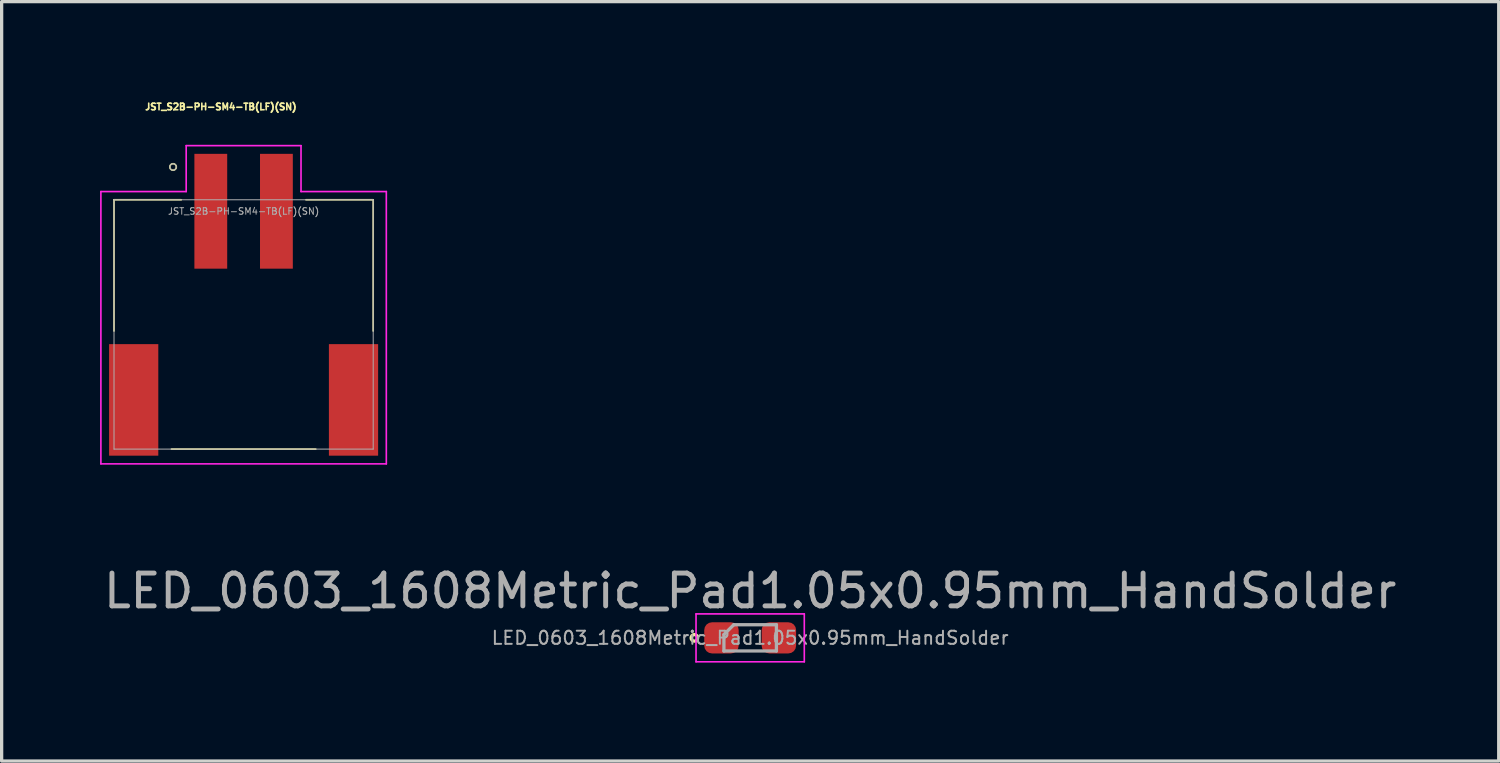
<source format=kicad_pcb>
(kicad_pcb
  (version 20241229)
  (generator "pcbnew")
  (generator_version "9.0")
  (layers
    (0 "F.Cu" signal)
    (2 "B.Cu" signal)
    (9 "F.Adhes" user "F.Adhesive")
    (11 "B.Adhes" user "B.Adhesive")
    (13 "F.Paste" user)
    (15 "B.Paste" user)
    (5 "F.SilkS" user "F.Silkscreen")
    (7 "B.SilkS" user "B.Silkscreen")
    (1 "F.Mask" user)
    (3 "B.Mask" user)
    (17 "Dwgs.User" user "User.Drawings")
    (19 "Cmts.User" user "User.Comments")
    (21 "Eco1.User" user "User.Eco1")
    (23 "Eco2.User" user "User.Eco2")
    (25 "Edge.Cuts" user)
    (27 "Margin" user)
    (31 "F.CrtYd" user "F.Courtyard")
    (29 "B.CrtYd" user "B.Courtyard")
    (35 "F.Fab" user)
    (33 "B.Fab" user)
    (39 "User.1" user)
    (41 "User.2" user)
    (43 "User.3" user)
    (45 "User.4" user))
  (footprint "JST_S2B-PH-SM4-TB(LF)(SN)"
    (layer "F.Cu")
    (at 4.375 3.389)
    (property "Reference" "JST_S2B-PH-SM4-TB(LF)(SN)" (at -0.692 -3.184 0) (layer "F.SilkS") (effects (font (size 0.2 0.2) (thickness 0.05))))
    (attr through_hole)
    (fp_line (start -3.95 -0.35) (end -3.95 3.65) (stroke (width 0.05) (type solid)) (layer "F.SilkS"))
    (fp_line (start -2.2 7.25) (end 2.2 7.25) (stroke (width 0.05) (type solid)) (layer "F.SilkS"))
    (fp_line (start -1.9 -0.35) (end -3.95 -0.35) (stroke (width 0.05) (type solid)) (layer "F.SilkS"))
    (fp_line (start 3.95 -0.35) (end 1.9 -0.35) (stroke (width 0.05) (type solid)) (layer "F.SilkS"))
    (fp_line (start 3.95 3.65) (end 3.95 -0.35) (stroke (width 0.05) (type solid)) (layer "F.SilkS"))
    (fp_circle (center -2.15 -1.35) (end -2.05 -1.35) (stroke (width 0.05) (type solid)) (fill no) (layer "F.SilkS"))
    (fp_line (start -4.35 -0.6) (end -1.75 -0.6) (stroke (width 0.05) (type solid)) (layer "F.CrtYd"))
    (fp_line (start -4.35 7.7) (end -4.35 -0.6) (stroke (width 0.05) (type solid)) (layer "F.CrtYd"))
    (fp_line (start -1.75 -2) (end 1.75 -2) (stroke (width 0.05) (type solid)) (layer "F.CrtYd"))
    (fp_line (start -1.75 -0.6) (end -1.75 -2) (stroke (width 0.05) (type solid)) (layer "F.CrtYd"))
    (fp_line (start 1.75 -2) (end 1.75 -0.6) (stroke (width 0.05) (type solid)) (layer "F.CrtYd"))
    (fp_line (start 1.75 -0.6) (end 4.35 -0.6) (stroke (width 0.05) (type solid)) (layer "F.CrtYd"))
    (fp_line (start 4.35 -0.6) (end 4.35 7.7) (stroke (width 0.05) (type solid)) (layer "F.CrtYd"))
    (fp_line (start 4.35 7.7) (end -4.35 7.7) (stroke (width 0.05) (type solid)) (layer "F.CrtYd"))
    (fp_line (start -3.95 -0.35) (end 3.95 -0.35) (stroke (width 0.03) (type solid)) (layer "F.Fab"))
    (fp_line (start -3.95 7.25) (end -3.95 -0.35) (stroke (width 0.03) (type solid)) (layer "F.Fab"))
    (fp_line (start 3.95 -0.35) (end 3.95 7.25) (stroke (width 0.03) (type solid)) (layer "F.Fab"))
    (fp_line (start 3.95 7.25) (end -3.95 7.25) (stroke (width 0.03) (type solid)) (layer "F.Fab"))
    (fp_circle (center -2.15 -1.35) (end -2.05 -1.35) (stroke (width 0.03) (type solid)) (fill no) (layer "F.Fab"))
    (fp_text user "${REFERENCE}" (at 0 0 0) (layer "F.Fab") (effects (font (size 0.2 0.2) (thickness 0.03))))
    (pad "1" smd rect (at -1 0 180) (size 1 3.5) (layers "F.Cu" "F.Mask" "F.Paste"))
    (pad "2" smd rect (at 1 0 180) (size 1 3.5) (layers "F.Cu" "F.Mask" "F.Paste"))
    (pad "S1" smd rect (at -3.35 5.75 180) (size 1.5 3.4) (layers "F.Cu" "F.Mask" "F.Paste"))
    (pad "S2" smd rect (at 3.35 5.75 180) (size 1.5 3.4) (layers "F.Cu" "F.Mask" "F.Paste")))
  (footprint "LED_0603_1608Metric_Pad1.05x0.95mm_HandSolder"
    (layer "F.Cu")
    (at 19.815 16.392)
    (property "Reference" "LED_0603_1608Metric_Pad1.05x0.95mm_HandSolder" (at 0 -1.43 0) (layer "F.Fab") (effects (font (size 1 1) (thickness 0.15))))
    (attr smd)
    (fp_circle (center -1.7 0) (end -1.7 0.1) (stroke (width 0.1) (type default)) (fill no) (layer "F.SilkS"))
    (fp_line (start -1.65 -0.73) (end 1.65 -0.73) (stroke (width 0.05) (type solid)) (layer "F.CrtYd"))
    (fp_line (start -1.65 0.73) (end -1.65 -0.73) (stroke (width 0.05) (type solid)) (layer "F.CrtYd"))
    (fp_line (start 1.65 -0.73) (end 1.65 0.73) (stroke (width 0.05) (type solid)) (layer "F.CrtYd"))
    (fp_line (start 1.65 0.73) (end -1.65 0.73) (stroke (width 0.05) (type solid)) (layer "F.CrtYd"))
    (fp_line (start -0.8 -0.1) (end -0.8 0.4) (stroke (width 0.1) (type solid)) (layer "F.Fab"))
    (fp_line (start -0.8 0.4) (end 0.8 0.4) (stroke (width 0.1) (type solid)) (layer "F.Fab"))
    (fp_line (start -0.5 -0.4) (end -0.8 -0.1) (stroke (width 0.1) (type solid)) (layer "F.Fab"))
    (fp_line (start 0.8 -0.4) (end -0.5 -0.4) (stroke (width 0.1) (type solid)) (layer "F.Fab"))
    (fp_line (start 0.8 0.4) (end 0.8 -0.4) (stroke (width 0.1) (type solid)) (layer "F.Fab"))
    (fp_text user "${REFERENCE}" (at 0 0 0) (layer "F.Fab") (effects (font (size 0.4 0.4) (thickness 0.06))))
    (pad "1" smd roundrect (at -0.875 0) (size 1.05 0.95) (layers "F.Cu" "F.Mask" "F.Paste") (roundrect_rratio 0.25))
    (pad "2" smd roundrect (at 0.875 0) (size 1.05 0.95) (layers "F.Cu" "F.Mask" "F.Paste") (roundrect_rratio 0.25)))
  (gr_rect
    (start -3 -3)
    (end 42.631 20.147)
    (stroke (width 0.1) (type default))
    (fill no)
    (layer "Edge.Cuts")))
</source>
